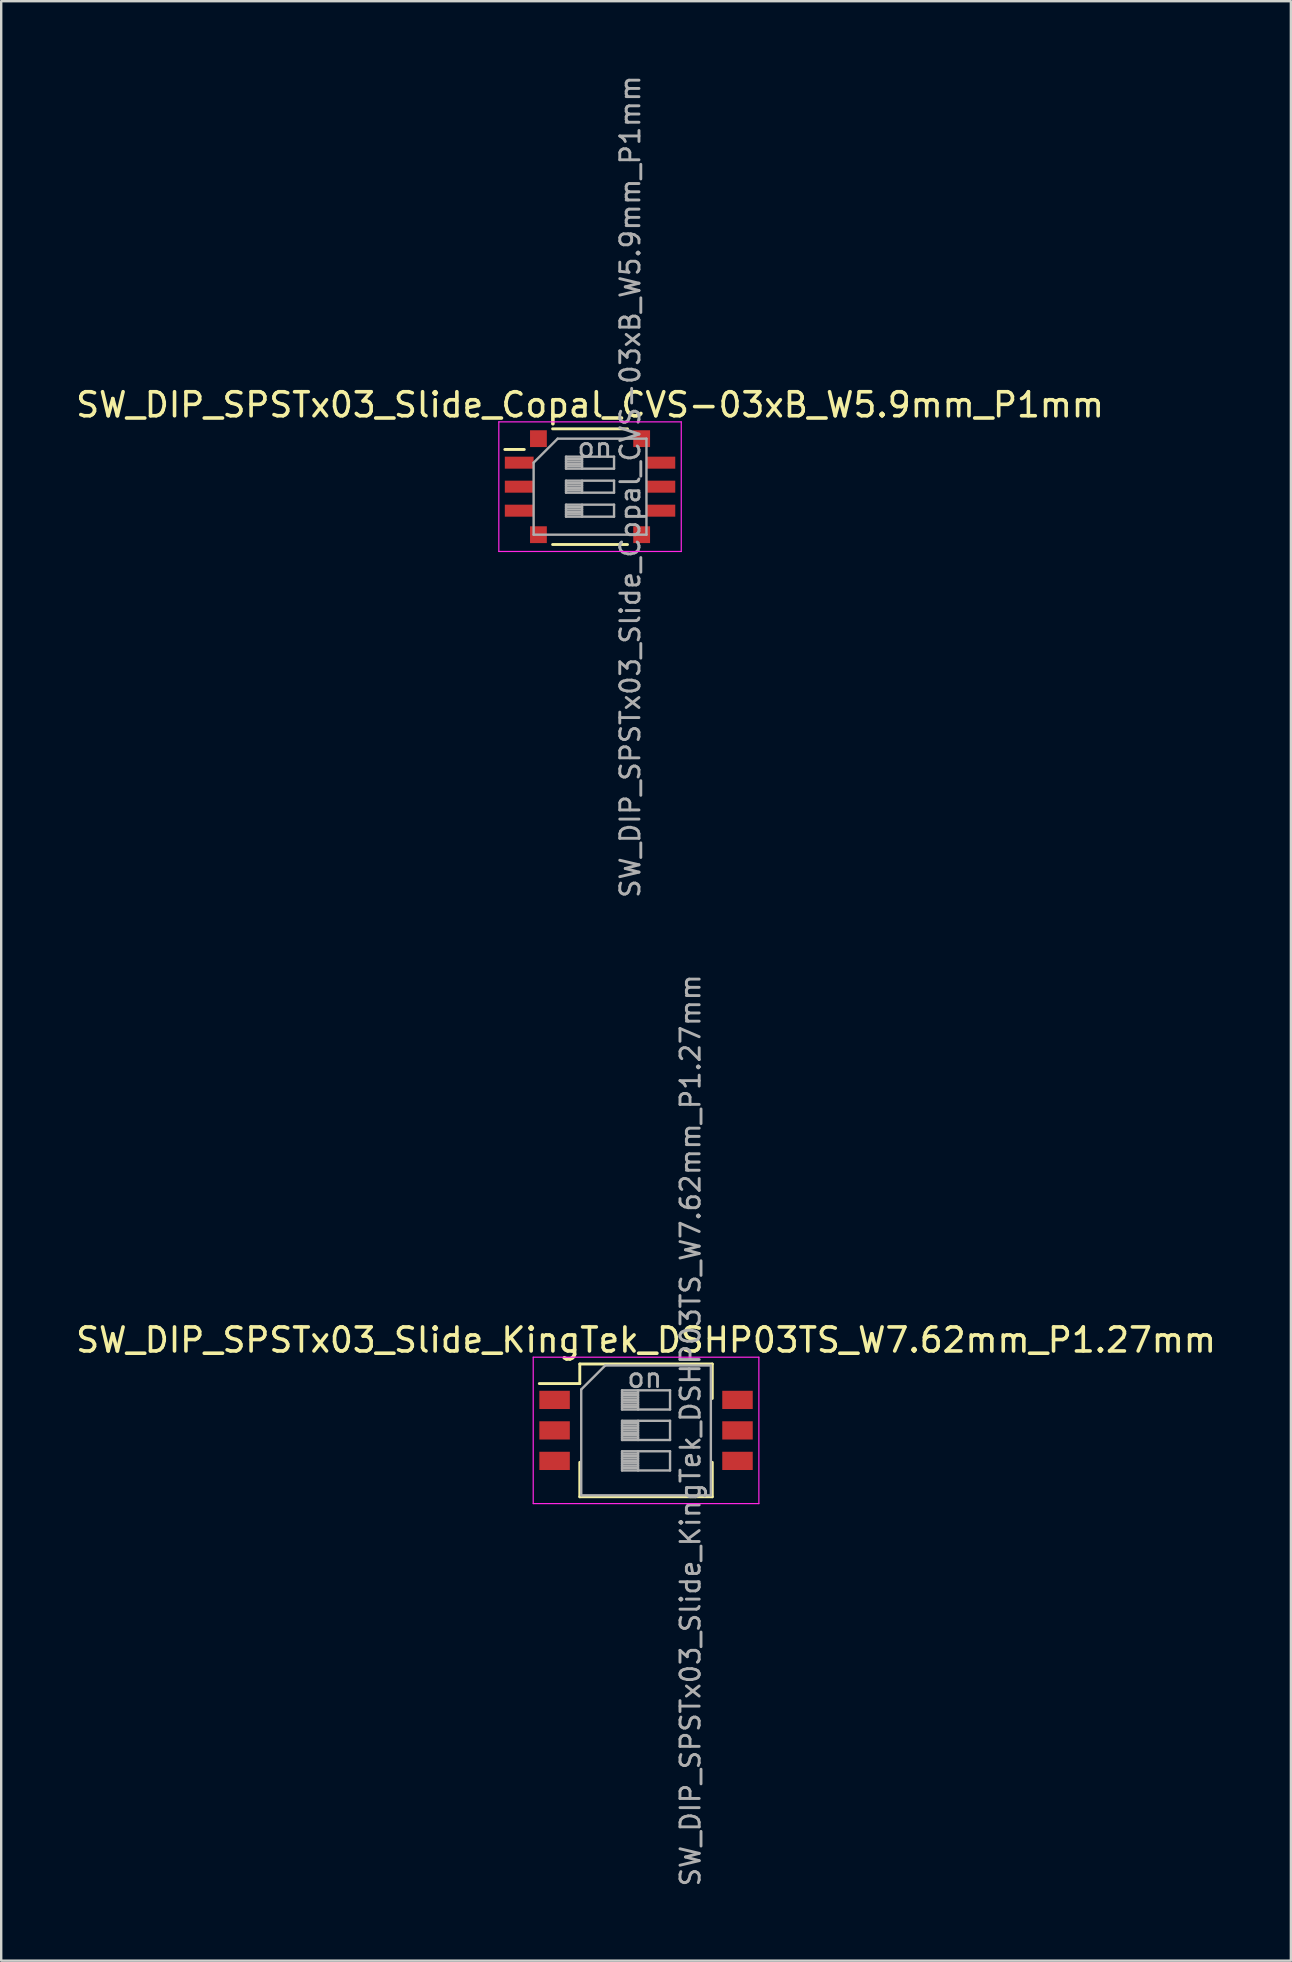
<source format=kicad_pcb>
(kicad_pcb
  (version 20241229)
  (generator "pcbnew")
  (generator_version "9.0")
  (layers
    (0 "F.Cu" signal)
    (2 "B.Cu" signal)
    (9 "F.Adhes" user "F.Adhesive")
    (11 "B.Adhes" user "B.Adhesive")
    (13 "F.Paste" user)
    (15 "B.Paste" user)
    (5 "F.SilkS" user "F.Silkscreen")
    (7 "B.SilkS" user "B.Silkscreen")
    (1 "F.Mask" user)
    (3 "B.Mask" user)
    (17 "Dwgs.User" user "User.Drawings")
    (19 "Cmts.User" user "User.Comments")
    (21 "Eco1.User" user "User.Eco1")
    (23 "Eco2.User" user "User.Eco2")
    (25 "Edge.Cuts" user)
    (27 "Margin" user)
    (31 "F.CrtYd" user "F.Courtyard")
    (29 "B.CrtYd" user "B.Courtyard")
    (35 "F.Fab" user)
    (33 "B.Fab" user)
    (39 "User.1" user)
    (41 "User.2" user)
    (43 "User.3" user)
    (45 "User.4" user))
  (footprint "SW_DIP_SPSTx03_Slide_KingTek_DSHP03TS_W7.62mm_P1.27mm"
    (layer "F.Cu")
    (at 23.863 56.538)
    (property "Reference" "SW_DIP_SPSTx03_Slide_KingTek_DSHP03TS_W7.62mm_P1.27mm" (at 0 -3.765 0) (layer "F.SilkS") (effects (font (size 1 1) (thickness 0.15))))
    (attr smd)
    (fp_line (start -4.446 -1.95) (end -2.76 -1.95) (stroke (width 0.12) (type solid)) (layer "F.SilkS"))
    (fp_line (start -2.76 -2.766) (end -2.76 -1.95) (stroke (width 0.12) (type solid)) (layer "F.SilkS"))
    (fp_line (start -2.76 -2.766) (end 2.76 -2.766) (stroke (width 0.12) (type solid)) (layer "F.SilkS"))
    (fp_line (start -2.76 1.33) (end -2.76 2.765) (stroke (width 0.12) (type solid)) (layer "F.SilkS"))
    (fp_line (start -2.76 2.765) (end 2.76 2.765) (stroke (width 0.12) (type solid)) (layer "F.SilkS"))
    (fp_line (start 2.76 -2.766) (end 2.76 -1.331) (stroke (width 0.12) (type solid)) (layer "F.SilkS"))
    (fp_line (start 2.76 1.33) (end 2.76 2.765) (stroke (width 0.12) (type solid)) (layer "F.SilkS"))
    (fp_line (start -4.7 -3.05) (end -4.7 3.05) (stroke (width 0.05) (type solid)) (layer "F.CrtYd"))
    (fp_line (start -4.7 3.05) (end 4.7 3.05) (stroke (width 0.05) (type solid)) (layer "F.CrtYd"))
    (fp_line (start 4.7 -3.05) (end -4.7 -3.05) (stroke (width 0.05) (type solid)) (layer "F.CrtYd"))
    (fp_line (start 4.7 3.05) (end 4.7 -3.05) (stroke (width 0.05) (type solid)) (layer "F.CrtYd"))
    (fp_line (start -2.7 -1.705) (end -1.7 -2.705) (stroke (width 0.1) (type solid)) (layer "F.Fab"))
    (fp_line (start -2.7 2.705) (end -2.7 -1.705) (stroke (width 0.1) (type solid)) (layer "F.Fab"))
    (fp_line (start -1.7 -2.705) (end 2.7 -2.705) (stroke (width 0.1) (type solid)) (layer "F.Fab"))
    (fp_line (start -1 -1.67) (end -1 -0.87) (stroke (width 0.1) (type solid)) (layer "F.Fab"))
    (fp_line (start -1 -1.57) (end -0.333 -1.57) (stroke (width 0.1) (type solid)) (layer "F.Fab"))
    (fp_line (start -1 -1.47) (end -0.333 -1.47) (stroke (width 0.1) (type solid)) (layer "F.Fab"))
    (fp_line (start -1 -1.37) (end -0.333 -1.37) (stroke (width 0.1) (type solid)) (layer "F.Fab"))
    (fp_line (start -1 -1.27) (end -0.333 -1.27) (stroke (width 0.1) (type solid)) (layer "F.Fab"))
    (fp_line (start -1 -1.17) (end -0.333 -1.17) (stroke (width 0.1) (type solid)) (layer "F.Fab"))
    (fp_line (start -1 -1.07) (end -0.333 -1.07) (stroke (width 0.1) (type solid)) (layer "F.Fab"))
    (fp_line (start -1 -0.97) (end -0.333 -0.97) (stroke (width 0.1) (type solid)) (layer "F.Fab"))
    (fp_line (start -1 -0.87) (end 1 -0.87) (stroke (width 0.1) (type solid)) (layer "F.Fab"))
    (fp_line (start -1 -0.4) (end -1 0.4) (stroke (width 0.1) (type solid)) (layer "F.Fab"))
    (fp_line (start -1 -0.3) (end -0.333 -0.3) (stroke (width 0.1) (type solid)) (layer "F.Fab"))
    (fp_line (start -1 -0.2) (end -0.333 -0.2) (stroke (width 0.1) (type solid)) (layer "F.Fab"))
    (fp_line (start -1 -0.1) (end -0.333 -0.1) (stroke (width 0.1) (type solid)) (layer "F.Fab"))
    (fp_line (start -1 0) (end -0.333 0) (stroke (width 0.1) (type solid)) (layer "F.Fab"))
    (fp_line (start -1 0.1) (end -0.333 0.1) (stroke (width 0.1) (type solid)) (layer "F.Fab"))
    (fp_line (start -1 0.2) (end -0.333 0.2) (stroke (width 0.1) (type solid)) (layer "F.Fab"))
    (fp_line (start -1 0.3) (end -0.333 0.3) (stroke (width 0.1) (type solid)) (layer "F.Fab"))
    (fp_line (start -1 0.4) (end 1 0.4) (stroke (width 0.1) (type solid)) (layer "F.Fab"))
    (fp_line (start -1 0.87) (end -1 1.67) (stroke (width 0.1) (type solid)) (layer "F.Fab"))
    (fp_line (start -1 0.97) (end -0.333 0.97) (stroke (width 0.1) (type solid)) (layer "F.Fab"))
    (fp_line (start -1 1.07) (end -0.333 1.07) (stroke (width 0.1) (type solid)) (layer "F.Fab"))
    (fp_line (start -1 1.17) (end -0.333 1.17) (stroke (width 0.1) (type solid)) (layer "F.Fab"))
    (fp_line (start -1 1.27) (end -0.333 1.27) (stroke (width 0.1) (type solid)) (layer "F.Fab"))
    (fp_line (start -1 1.37) (end -0.333 1.37) (stroke (width 0.1) (type solid)) (layer "F.Fab"))
    (fp_line (start -1 1.47) (end -0.333 1.47) (stroke (width 0.1) (type solid)) (layer "F.Fab"))
    (fp_line (start -1 1.57) (end -0.333 1.57) (stroke (width 0.1) (type solid)) (layer "F.Fab"))
    (fp_line (start -1 1.67) (end 1 1.67) (stroke (width 0.1) (type solid)) (layer "F.Fab"))
    (fp_line (start -0.333 -1.67) (end -0.333 -0.87) (stroke (width 0.1) (type solid)) (layer "F.Fab"))
    (fp_line (start -0.333 -0.4) (end -0.333 0.4) (stroke (width 0.1) (type solid)) (layer "F.Fab"))
    (fp_line (start -0.333 0.87) (end -0.333 1.67) (stroke (width 0.1) (type solid)) (layer "F.Fab"))
    (fp_line (start 1 -1.67) (end -1 -1.67) (stroke (width 0.1) (type solid)) (layer "F.Fab"))
    (fp_line (start 1 -0.87) (end 1 -1.67) (stroke (width 0.1) (type solid)) (layer "F.Fab"))
    (fp_line (start 1 -0.4) (end -1 -0.4) (stroke (width 0.1) (type solid)) (layer "F.Fab"))
    (fp_line (start 1 0.4) (end 1 -0.4) (stroke (width 0.1) (type solid)) (layer "F.Fab"))
    (fp_line (start 1 0.87) (end -1 0.87) (stroke (width 0.1) (type solid)) (layer "F.Fab"))
    (fp_line (start 1 1.67) (end 1 0.87) (stroke (width 0.1) (type solid)) (layer "F.Fab"))
    (fp_line (start 2.7 -2.705) (end 2.7 2.705) (stroke (width 0.1) (type solid)) (layer "F.Fab"))
    (fp_line (start 2.7 2.705) (end -2.7 2.705) (stroke (width 0.1) (type solid)) (layer "F.Fab"))
    (fp_text user "${REFERENCE}" (at 1.85 0 90) (layer "F.Fab") (effects (font (size 0.8 0.8) (thickness 0.12))))
    (fp_text user "on" (at -0.055 -2.188 0) (layer "F.Fab") (effects (font (size 0.8 0.8) (thickness 0.12))))
    (pad "1" smd rect (at -3.81 -1.27) (size 1.27 0.76) (layers "F.Cu" "F.Mask" "F.Paste"))
    (pad "2" smd rect (at -3.81 0) (size 1.27 0.76) (layers "F.Cu" "F.Mask" "F.Paste"))
    (pad "3" smd rect (at -3.81 1.27) (size 1.27 0.76) (layers "F.Cu" "F.Mask" "F.Paste"))
    (pad "4" smd rect (at 3.81 1.27) (size 1.27 0.76) (layers "F.Cu" "F.Mask" "F.Paste"))
    (pad "5" smd rect (at 3.81 0) (size 1.27 0.76) (layers "F.Cu" "F.Mask" "F.Paste"))
    (pad "6" smd rect (at 3.81 -1.27) (size 1.27 0.76) (layers "F.Cu" "F.Mask" "F.Paste")))
  (footprint "SW_DIP_SPSTx03_Slide_Copal_CVS-03xB_W5.9mm_P1mm"
    (layer "F.Cu")
    (at 21.53 17.224)
    (property "Reference" "SW_DIP_SPSTx03_Slide_Copal_CVS-03xB_W5.9mm_P1mm" (at 0 -3.41 0) (layer "F.SilkS") (effects (font (size 1 1) (thickness 0.15))))
    (attr smd)
    (fp_line (start -3.55 -1.55) (end -2.739 -1.55) (stroke (width 0.12) (type solid)) (layer "F.SilkS"))
    (fp_line (start -1.56 -2.41) (end 1.561 -2.41) (stroke (width 0.12) (type solid)) (layer "F.SilkS"))
    (fp_line (start -1.56 2.41) (end 1.561 2.41) (stroke (width 0.12) (type solid)) (layer "F.SilkS"))
    (fp_line (start -3.8 -2.7) (end -3.8 2.7) (stroke (width 0.05) (type solid)) (layer "F.CrtYd"))
    (fp_line (start -3.8 2.7) (end 3.8 2.7) (stroke (width 0.05) (type solid)) (layer "F.CrtYd"))
    (fp_line (start 3.8 -2.7) (end -3.8 -2.7) (stroke (width 0.05) (type solid)) (layer "F.CrtYd"))
    (fp_line (start 3.8 2.7) (end 3.8 -2.7) (stroke (width 0.05) (type solid)) (layer "F.CrtYd"))
    (fp_line (start -2.35 -1) (end -1.35 -2) (stroke (width 0.1) (type solid)) (layer "F.Fab"))
    (fp_line (start -2.35 2) (end -2.35 -1) (stroke (width 0.1) (type solid)) (layer "F.Fab"))
    (fp_line (start -1.35 -2) (end 2.35 -2) (stroke (width 0.1) (type solid)) (layer "F.Fab"))
    (fp_line (start -1 -1.25) (end -1 -0.75) (stroke (width 0.1) (type solid)) (layer "F.Fab"))
    (fp_line (start -1 -1.15) (end -0.333 -1.15) (stroke (width 0.1) (type solid)) (layer "F.Fab"))
    (fp_line (start -1 -1.05) (end -0.333 -1.05) (stroke (width 0.1) (type solid)) (layer "F.Fab"))
    (fp_line (start -1 -0.95) (end -0.333 -0.95) (stroke (width 0.1) (type solid)) (layer "F.Fab"))
    (fp_line (start -1 -0.85) (end -0.333 -0.85) (stroke (width 0.1) (type solid)) (layer "F.Fab"))
    (fp_line (start -1 -0.75) (end 1 -0.75) (stroke (width 0.1) (type solid)) (layer "F.Fab"))
    (fp_line (start -1 -0.25) (end -1 0.25) (stroke (width 0.1) (type solid)) (layer "F.Fab"))
    (fp_line (start -1 -0.15) (end -0.333 -0.15) (stroke (width 0.1) (type solid)) (layer "F.Fab"))
    (fp_line (start -1 -0.05) (end -0.333 -0.05) (stroke (width 0.1) (type solid)) (layer "F.Fab"))
    (fp_line (start -1 0.05) (end -0.333 0.05) (stroke (width 0.1) (type solid)) (layer "F.Fab"))
    (fp_line (start -1 0.15) (end -0.333 0.15) (stroke (width 0.1) (type solid)) (layer "F.Fab"))
    (fp_line (start -1 0.25) (end 1 0.25) (stroke (width 0.1) (type solid)) (layer "F.Fab"))
    (fp_line (start -1 0.75) (end -1 1.25) (stroke (width 0.1) (type solid)) (layer "F.Fab"))
    (fp_line (start -1 0.85) (end -0.333 0.85) (stroke (width 0.1) (type solid)) (layer "F.Fab"))
    (fp_line (start -1 0.95) (end -0.333 0.95) (stroke (width 0.1) (type solid)) (layer "F.Fab"))
    (fp_line (start -1 1.05) (end -0.333 1.05) (stroke (width 0.1) (type solid)) (layer "F.Fab"))
    (fp_line (start -1 1.15) (end -0.333 1.15) (stroke (width 0.1) (type solid)) (layer "F.Fab"))
    (fp_line (start -1 1.25) (end 1 1.25) (stroke (width 0.1) (type solid)) (layer "F.Fab"))
    (fp_line (start -0.333 -1.25) (end -0.333 -0.75) (stroke (width 0.1) (type solid)) (layer "F.Fab"))
    (fp_line (start -0.333 -0.25) (end -0.333 0.25) (stroke (width 0.1) (type solid)) (layer "F.Fab"))
    (fp_line (start -0.333 0.75) (end -0.333 1.25) (stroke (width 0.1) (type solid)) (layer "F.Fab"))
    (fp_line (start 1 -1.25) (end -1 -1.25) (stroke (width 0.1) (type solid)) (layer "F.Fab"))
    (fp_line (start 1 -0.75) (end 1 -1.25) (stroke (width 0.1) (type solid)) (layer "F.Fab"))
    (fp_line (start 1 -0.25) (end -1 -0.25) (stroke (width 0.1) (type solid)) (layer "F.Fab"))
    (fp_line (start 1 0.25) (end 1 -0.25) (stroke (width 0.1) (type solid)) (layer "F.Fab"))
    (fp_line (start 1 0.75) (end -1 0.75) (stroke (width 0.1) (type solid)) (layer "F.Fab"))
    (fp_line (start 1 1.25) (end 1 0.75) (stroke (width 0.1) (type solid)) (layer "F.Fab"))
    (fp_line (start 2.35 -2) (end 2.35 2) (stroke (width 0.1) (type solid)) (layer "F.Fab"))
    (fp_line (start 2.35 2) (end -2.35 2) (stroke (width 0.1) (type solid)) (layer "F.Fab"))
    (fp_text user "on" (at 0.2 -1.625 0) (layer "F.Fab") (effects (font (size 0.8 0.8) (thickness 0.12))))
    (fp_text user "${REFERENCE}" (at 1.675 0 90) (layer "F.Fab") (effects (font (size 0.8 0.8) (thickness 0.12))))
    (pad "1" smd rect (at -2.95 -1) (size 1.2 0.5) (layers "F.Cu" "F.Mask" "F.Paste"))
    (pad "2" smd rect (at -2.95 0) (size 1.2 0.5) (layers "F.Cu" "F.Mask" "F.Paste"))
    (pad "3" smd rect (at -2.95 1) (size 1.2 0.5) (layers "F.Cu" "F.Mask" "F.Paste"))
    (pad "4" smd rect (at 2.95 1) (size 1.2 0.5) (layers "F.Cu" "F.Mask" "F.Paste"))
    (pad "5" smd rect (at 2.95 0) (size 1.2 0.5) (layers "F.Cu" "F.Mask" "F.Paste"))
    (pad "6" smd rect (at 2.95 -1) (size 1.2 0.5) (layers "F.Cu" "F.Mask" "F.Paste"))
    (pad "7" smd rect (at -2.15 -2) (size 0.7 0.7) (layers "F.Cu" "F.Mask" "F.Paste"))
    (pad "7" smd rect (at -2.15 2) (size 0.7 0.7) (layers "F.Cu" "F.Mask" "F.Paste"))
    (pad "7" smd rect (at 2.15 -2) (size 0.7 0.7) (layers "F.Cu" "F.Mask" "F.Paste"))
    (pad "7" smd rect (at 2.15 2) (size 0.7 0.7) (layers "F.Cu" "F.Mask" "F.Paste")))
  (gr_rect
    (start -3 -3)
    (end 50.726 78.629)
    (stroke (width 0.1) (type default))
    (fill no)
    (layer "Edge.Cuts")))
</source>
